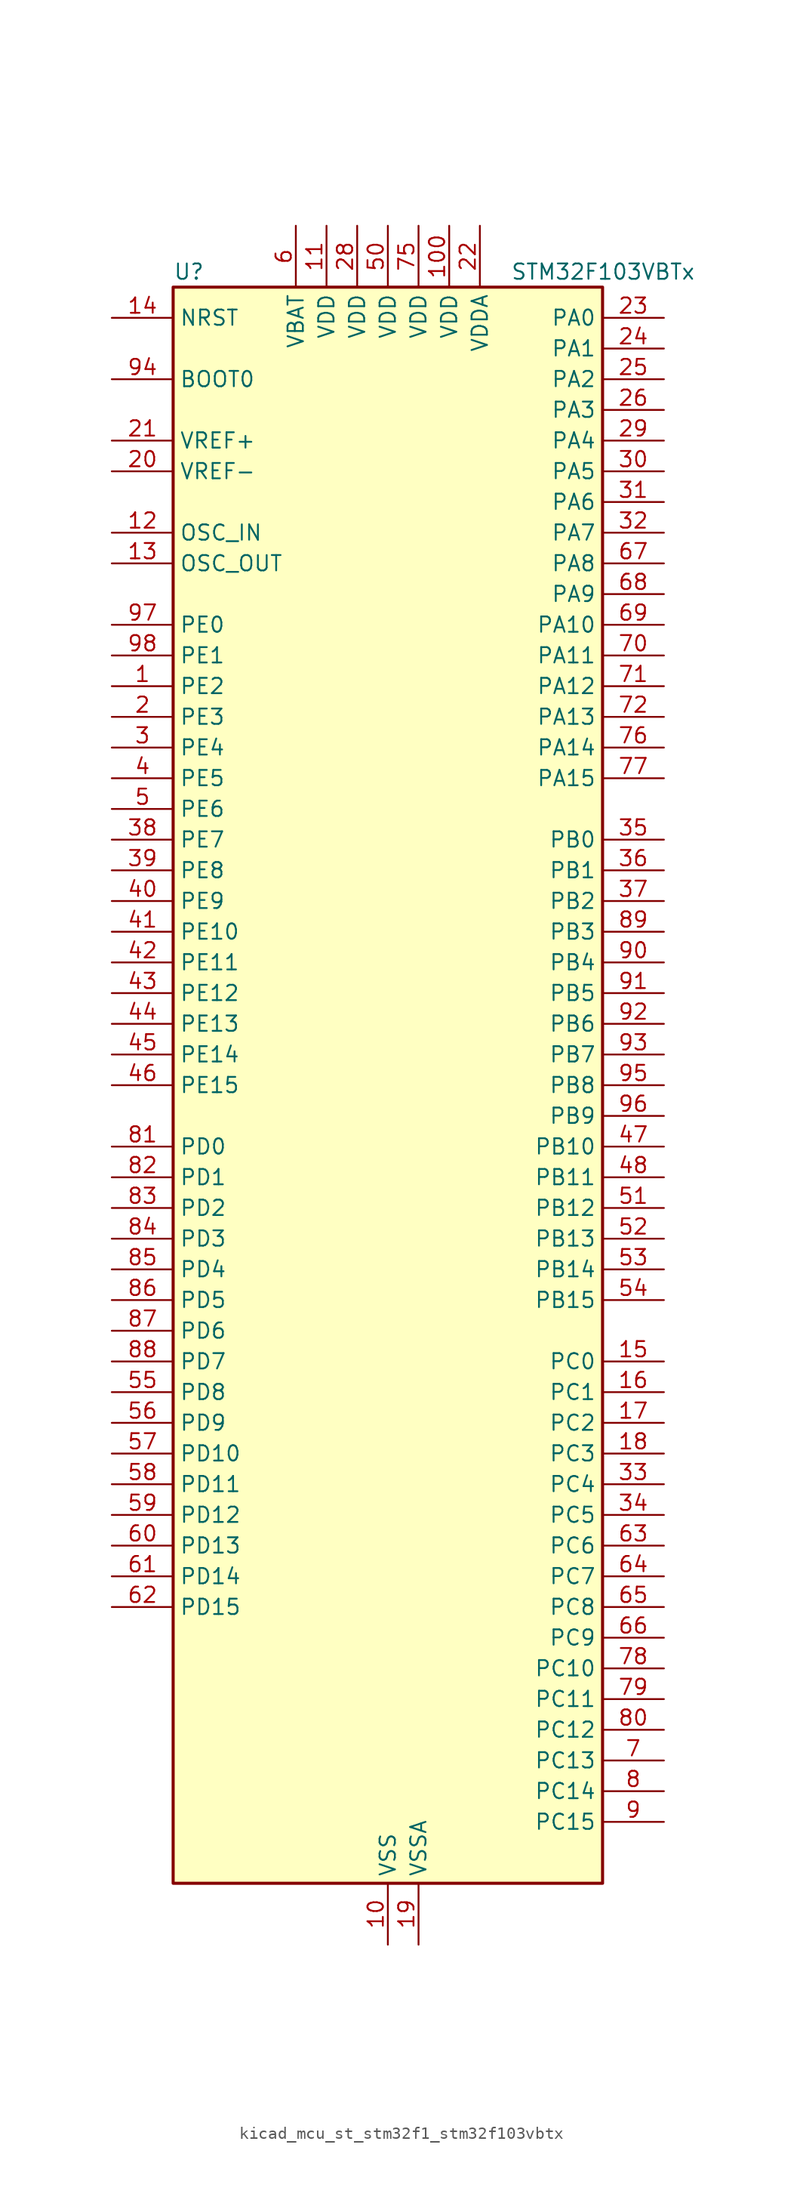
<source format=kicad_sym>
(kicad_symbol_lib
  (version 20220914)
  (generator kicad_symbol_editor)
  (symbol "kicad_mcu_st_stm32f1_stm32f103vbtx"
    (property "Reference" "U"
      (at -17.78 67.31 0)
      (effects (font (size 1.27 1.27)) (justify left)))
    (property "Value" "STM32F103VBTx"
      (at 10.16 67.31 0)
      (effects (font (size 1.27 1.27)) (justify left)))
    (property "ki_locked" ""
      (at 0 0 0)
      (effects (font (size 1.27 1.27))))
    (symbol "kicad_mcu_st_stm32f1_stm32f103vbtx_0_1"
      (rectangle (start -17.78 -66.04) (end 17.78 66.04) (stroke (width 0.254) (type default)) (fill (type background))))
    (symbol "kicad_mcu_st_stm32f1_stm32f103vbtx_1_1"
      (pin bidirectional line (at -22.86 33.02 0) (length 5.08) (name "PE2" (effects (font (size 1.27 1.27)))) (number "1" (effects (font (size 1.27 1.27)))) (alternate "SYS_TRACECLK" bidirectional line))
      (pin power_in line (at 0 -71.12 90) (length 5.08) (name "VSS" (effects (font (size 1.27 1.27)))) (number "10" (effects (font (size 1.27 1.27)))))
      (pin power_in line (at 5.08 71.12 270) (length 5.08) (name "VDD" (effects (font (size 1.27 1.27)))) (number "100" (effects (font (size 1.27 1.27)))))
      (pin power_in line (at -5.08 71.12 270) (length 5.08) (name "VDD" (effects (font (size 1.27 1.27)))) (number "11" (effects (font (size 1.27 1.27)))))
      (pin input line (at -22.86 45.72 0) (length 5.08) (name "OSC_IN" (effects (font (size 1.27 1.27)))) (number "12" (effects (font (size 1.27 1.27)))) (alternate "RCC_OSC_IN" bidirectional line))
      (pin input line (at -22.86 43.18 0) (length 5.08) (name "OSC_OUT" (effects (font (size 1.27 1.27)))) (number "13" (effects (font (size 1.27 1.27)))) (alternate "RCC_OSC_OUT" bidirectional line))
      (pin input line (at -22.86 63.5 0) (length 5.08) (name "NRST" (effects (font (size 1.27 1.27)))) (number "14" (effects (font (size 1.27 1.27)))))
      (pin bidirectional line (at 22.86 -22.86 180) (length 5.08) (name "PC0" (effects (font (size 1.27 1.27)))) (number "15" (effects (font (size 1.27 1.27)))) (alternate "ADC1_IN10" bidirectional line) (alternate "ADC2_IN10" bidirectional line))
      (pin bidirectional line (at 22.86 -25.4 180) (length 5.08) (name "PC1" (effects (font (size 1.27 1.27)))) (number "16" (effects (font (size 1.27 1.27)))) (alternate "ADC1_IN11" bidirectional line) (alternate "ADC2_IN11" bidirectional line))
      (pin bidirectional line (at 22.86 -27.94 180) (length 5.08) (name "PC2" (effects (font (size 1.27 1.27)))) (number "17" (effects (font (size 1.27 1.27)))) (alternate "ADC1_IN12" bidirectional line) (alternate "ADC2_IN12" bidirectional line))
      (pin bidirectional line (at 22.86 -30.48 180) (length 5.08) (name "PC3" (effects (font (size 1.27 1.27)))) (number "18" (effects (font (size 1.27 1.27)))) (alternate "ADC1_IN13" bidirectional line) (alternate "ADC2_IN13" bidirectional line))
      (pin power_in line (at 2.54 -71.12 90) (length 5.08) (name "VSSA" (effects (font (size 1.27 1.27)))) (number "19" (effects (font (size 1.27 1.27)))))
      (pin bidirectional line (at -22.86 30.48 0) (length 5.08) (name "PE3" (effects (font (size 1.27 1.27)))) (number "2" (effects (font (size 1.27 1.27)))) (alternate "SYS_TRACED0" bidirectional line))
      (pin input line (at -22.86 50.8 0) (length 5.08) (name "VREF-" (effects (font (size 1.27 1.27)))) (number "20" (effects (font (size 1.27 1.27)))))
      (pin input line (at -22.86 53.34 0) (length 5.08) (name "VREF+" (effects (font (size 1.27 1.27)))) (number "21" (effects (font (size 1.27 1.27)))))
      (pin power_in line (at 7.62 71.12 270) (length 5.08) (name "VDDA" (effects (font (size 1.27 1.27)))) (number "22" (effects (font (size 1.27 1.27)))))
      (pin bidirectional line (at 22.86 63.5 180) (length 5.08) (name "PA0" (effects (font (size 1.27 1.27)))) (number "23" (effects (font (size 1.27 1.27)))) (alternate "ADC1_IN0" bidirectional line) (alternate "ADC2_IN0" bidirectional line) (alternate "SYS_WKUP" bidirectional line) (alternate "TIM2_CH1" bidirectional line) (alternate "TIM2_ETR" bidirectional line) (alternate "USART2_CTS" bidirectional line))
      (pin bidirectional line (at 22.86 60.96 180) (length 5.08) (name "PA1" (effects (font (size 1.27 1.27)))) (number "24" (effects (font (size 1.27 1.27)))) (alternate "ADC1_IN1" bidirectional line) (alternate "ADC2_IN1" bidirectional line) (alternate "TIM2_CH2" bidirectional line) (alternate "USART2_RTS" bidirectional line))
      (pin bidirectional line (at 22.86 58.42 180) (length 5.08) (name "PA2" (effects (font (size 1.27 1.27)))) (number "25" (effects (font (size 1.27 1.27)))) (alternate "ADC1_IN2" bidirectional line) (alternate "ADC2_IN2" bidirectional line) (alternate "TIM2_CH3" bidirectional line) (alternate "USART2_TX" bidirectional line))
      (pin bidirectional line (at 22.86 55.88 180) (length 5.08) (name "PA3" (effects (font (size 1.27 1.27)))) (number "26" (effects (font (size 1.27 1.27)))) (alternate "ADC1_IN3" bidirectional line) (alternate "ADC2_IN3" bidirectional line) (alternate "TIM2_CH4" bidirectional line) (alternate "USART2_RX" bidirectional line))
      (pin passive line (at 0 -71.12 90) (length 5.08) hide (name "VSS" (effects (font (size 1.27 1.27)))) (number "27" (effects (font (size 1.27 1.27)))))
      (pin power_in line (at -2.54 71.12 270) (length 5.08) (name "VDD" (effects (font (size 1.27 1.27)))) (number "28" (effects (font (size 1.27 1.27)))))
      (pin bidirectional line (at 22.86 53.34 180) (length 5.08) (name "PA4" (effects (font (size 1.27 1.27)))) (number "29" (effects (font (size 1.27 1.27)))) (alternate "ADC1_IN4" bidirectional line) (alternate "ADC2_IN4" bidirectional line) (alternate "SPI1_NSS" bidirectional line) (alternate "USART2_CK" bidirectional line))
      (pin bidirectional line (at -22.86 27.94 0) (length 5.08) (name "PE4" (effects (font (size 1.27 1.27)))) (number "3" (effects (font (size 1.27 1.27)))) (alternate "SYS_TRACED1" bidirectional line))
      (pin bidirectional line (at 22.86 50.8 180) (length 5.08) (name "PA5" (effects (font (size 1.27 1.27)))) (number "30" (effects (font (size 1.27 1.27)))) (alternate "ADC1_IN5" bidirectional line) (alternate "ADC2_IN5" bidirectional line) (alternate "SPI1_SCK" bidirectional line))
      (pin bidirectional line (at 22.86 48.26 180) (length 5.08) (name "PA6" (effects (font (size 1.27 1.27)))) (number "31" (effects (font (size 1.27 1.27)))) (alternate "ADC1_IN6" bidirectional line) (alternate "ADC2_IN6" bidirectional line) (alternate "SPI1_MISO" bidirectional line) (alternate "TIM1_BKIN" bidirectional line) (alternate "TIM3_CH1" bidirectional line))
      (pin bidirectional line (at 22.86 45.72 180) (length 5.08) (name "PA7" (effects (font (size 1.27 1.27)))) (number "32" (effects (font (size 1.27 1.27)))) (alternate "ADC1_IN7" bidirectional line) (alternate "ADC2_IN7" bidirectional line) (alternate "SPI1_MOSI" bidirectional line) (alternate "TIM1_CH1N" bidirectional line) (alternate "TIM3_CH2" bidirectional line))
      (pin bidirectional line (at 22.86 -33.02 180) (length 5.08) (name "PC4" (effects (font (size 1.27 1.27)))) (number "33" (effects (font (size 1.27 1.27)))) (alternate "ADC1_IN14" bidirectional line) (alternate "ADC2_IN14" bidirectional line))
      (pin bidirectional line (at 22.86 -35.56 180) (length 5.08) (name "PC5" (effects (font (size 1.27 1.27)))) (number "34" (effects (font (size 1.27 1.27)))) (alternate "ADC1_IN15" bidirectional line) (alternate "ADC2_IN15" bidirectional line))
      (pin bidirectional line (at 22.86 20.32 180) (length 5.08) (name "PB0" (effects (font (size 1.27 1.27)))) (number "35" (effects (font (size 1.27 1.27)))) (alternate "ADC1_IN8" bidirectional line) (alternate "ADC2_IN8" bidirectional line) (alternate "TIM1_CH2N" bidirectional line) (alternate "TIM3_CH3" bidirectional line))
      (pin bidirectional line (at 22.86 17.78 180) (length 5.08) (name "PB1" (effects (font (size 1.27 1.27)))) (number "36" (effects (font (size 1.27 1.27)))) (alternate "ADC1_IN9" bidirectional line) (alternate "ADC2_IN9" bidirectional line) (alternate "TIM1_CH3N" bidirectional line) (alternate "TIM3_CH4" bidirectional line))
      (pin bidirectional line (at 22.86 15.24 180) (length 5.08) (name "PB2" (effects (font (size 1.27 1.27)))) (number "37" (effects (font (size 1.27 1.27)))))
      (pin bidirectional line (at -22.86 20.32 0) (length 5.08) (name "PE7" (effects (font (size 1.27 1.27)))) (number "38" (effects (font (size 1.27 1.27)))) (alternate "TIM1_ETR" bidirectional line))
      (pin bidirectional line (at -22.86 17.78 0) (length 5.08) (name "PE8" (effects (font (size 1.27 1.27)))) (number "39" (effects (font (size 1.27 1.27)))) (alternate "TIM1_CH1N" bidirectional line))
      (pin bidirectional line (at -22.86 25.4 0) (length 5.08) (name "PE5" (effects (font (size 1.27 1.27)))) (number "4" (effects (font (size 1.27 1.27)))) (alternate "SYS_TRACED2" bidirectional line))
      (pin bidirectional line (at -22.86 15.24 0) (length 5.08) (name "PE9" (effects (font (size 1.27 1.27)))) (number "40" (effects (font (size 1.27 1.27)))) (alternate "TIM1_CH1" bidirectional line))
      (pin bidirectional line (at -22.86 12.7 0) (length 5.08) (name "PE10" (effects (font (size 1.27 1.27)))) (number "41" (effects (font (size 1.27 1.27)))) (alternate "TIM1_CH2N" bidirectional line))
      (pin bidirectional line (at -22.86 10.16 0) (length 5.08) (name "PE11" (effects (font (size 1.27 1.27)))) (number "42" (effects (font (size 1.27 1.27)))) (alternate "ADC1_EXTI11" bidirectional line) (alternate "ADC2_EXTI11" bidirectional line) (alternate "TIM1_CH2" bidirectional line))
      (pin bidirectional line (at -22.86 7.62 0) (length 5.08) (name "PE12" (effects (font (size 1.27 1.27)))) (number "43" (effects (font (size 1.27 1.27)))) (alternate "TIM1_CH3N" bidirectional line))
      (pin bidirectional line (at -22.86 5.08 0) (length 5.08) (name "PE13" (effects (font (size 1.27 1.27)))) (number "44" (effects (font (size 1.27 1.27)))) (alternate "TIM1_CH3" bidirectional line))
      (pin bidirectional line (at -22.86 2.54 0) (length 5.08) (name "PE14" (effects (font (size 1.27 1.27)))) (number "45" (effects (font (size 1.27 1.27)))) (alternate "TIM1_CH4" bidirectional line))
      (pin bidirectional line (at -22.86 0 0) (length 5.08) (name "PE15" (effects (font (size 1.27 1.27)))) (number "46" (effects (font (size 1.27 1.27)))) (alternate "ADC1_EXTI15" bidirectional line) (alternate "ADC2_EXTI15" bidirectional line) (alternate "TIM1_BKIN" bidirectional line))
      (pin bidirectional line (at 22.86 -5.08 180) (length 5.08) (name "PB10" (effects (font (size 1.27 1.27)))) (number "47" (effects (font (size 1.27 1.27)))) (alternate "I2C2_SCL" bidirectional line) (alternate "TIM2_CH3" bidirectional line) (alternate "USART3_TX" bidirectional line))
      (pin bidirectional line (at 22.86 -7.62 180) (length 5.08) (name "PB11" (effects (font (size 1.27 1.27)))) (number "48" (effects (font (size 1.27 1.27)))) (alternate "ADC1_EXTI11" bidirectional line) (alternate "ADC2_EXTI11" bidirectional line) (alternate "I2C2_SDA" bidirectional line) (alternate "TIM2_CH4" bidirectional line) (alternate "USART3_RX" bidirectional line))
      (pin passive line (at 0 -71.12 90) (length 5.08) hide (name "VSS" (effects (font (size 1.27 1.27)))) (number "49" (effects (font (size 1.27 1.27)))))
      (pin bidirectional line (at -22.86 22.86 0) (length 5.08) (name "PE6" (effects (font (size 1.27 1.27)))) (number "5" (effects (font (size 1.27 1.27)))) (alternate "SYS_TRACED3" bidirectional line))
      (pin power_in line (at 0 71.12 270) (length 5.08) (name "VDD" (effects (font (size 1.27 1.27)))) (number "50" (effects (font (size 1.27 1.27)))))
      (pin bidirectional line (at 22.86 -10.16 180) (length 5.08) (name "PB12" (effects (font (size 1.27 1.27)))) (number "51" (effects (font (size 1.27 1.27)))) (alternate "I2C2_SMBA" bidirectional line) (alternate "SPI2_NSS" bidirectional line) (alternate "TIM1_BKIN" bidirectional line) (alternate "USART3_CK" bidirectional line))
      (pin bidirectional line (at 22.86 -12.7 180) (length 5.08) (name "PB13" (effects (font (size 1.27 1.27)))) (number "52" (effects (font (size 1.27 1.27)))) (alternate "SPI2_SCK" bidirectional line) (alternate "TIM1_CH1N" bidirectional line) (alternate "USART3_CTS" bidirectional line))
      (pin bidirectional line (at 22.86 -15.24 180) (length 5.08) (name "PB14" (effects (font (size 1.27 1.27)))) (number "53" (effects (font (size 1.27 1.27)))) (alternate "SPI2_MISO" bidirectional line) (alternate "TIM1_CH2N" bidirectional line) (alternate "USART3_RTS" bidirectional line))
      (pin bidirectional line (at 22.86 -17.78 180) (length 5.08) (name "PB15" (effects (font (size 1.27 1.27)))) (number "54" (effects (font (size 1.27 1.27)))) (alternate "ADC1_EXTI15" bidirectional line) (alternate "ADC2_EXTI15" bidirectional line) (alternate "SPI2_MOSI" bidirectional line) (alternate "TIM1_CH3N" bidirectional line))
      (pin bidirectional line (at -22.86 -25.4 0) (length 5.08) (name "PD8" (effects (font (size 1.27 1.27)))) (number "55" (effects (font (size 1.27 1.27)))) (alternate "USART3_TX" bidirectional line))
      (pin bidirectional line (at -22.86 -27.94 0) (length 5.08) (name "PD9" (effects (font (size 1.27 1.27)))) (number "56" (effects (font (size 1.27 1.27)))) (alternate "USART3_RX" bidirectional line))
      (pin bidirectional line (at -22.86 -30.48 0) (length 5.08) (name "PD10" (effects (font (size 1.27 1.27)))) (number "57" (effects (font (size 1.27 1.27)))) (alternate "USART3_CK" bidirectional line))
      (pin bidirectional line (at -22.86 -33.02 0) (length 5.08) (name "PD11" (effects (font (size 1.27 1.27)))) (number "58" (effects (font (size 1.27 1.27)))) (alternate "ADC1_EXTI11" bidirectional line) (alternate "ADC2_EXTI11" bidirectional line) (alternate "USART3_CTS" bidirectional line))
      (pin bidirectional line (at -22.86 -35.56 0) (length 5.08) (name "PD12" (effects (font (size 1.27 1.27)))) (number "59" (effects (font (size 1.27 1.27)))) (alternate "TIM4_CH1" bidirectional line) (alternate "USART3_RTS" bidirectional line))
      (pin power_in line (at -7.62 71.12 270) (length 5.08) (name "VBAT" (effects (font (size 1.27 1.27)))) (number "6" (effects (font (size 1.27 1.27)))))
      (pin bidirectional line (at -22.86 -38.1 0) (length 5.08) (name "PD13" (effects (font (size 1.27 1.27)))) (number "60" (effects (font (size 1.27 1.27)))) (alternate "TIM4_CH2" bidirectional line))
      (pin bidirectional line (at -22.86 -40.64 0) (length 5.08) (name "PD14" (effects (font (size 1.27 1.27)))) (number "61" (effects (font (size 1.27 1.27)))) (alternate "TIM4_CH3" bidirectional line))
      (pin bidirectional line (at -22.86 -43.18 0) (length 5.08) (name "PD15" (effects (font (size 1.27 1.27)))) (number "62" (effects (font (size 1.27 1.27)))) (alternate "ADC1_EXTI15" bidirectional line) (alternate "ADC2_EXTI15" bidirectional line) (alternate "TIM4_CH4" bidirectional line))
      (pin bidirectional line (at 22.86 -38.1 180) (length 5.08) (name "PC6" (effects (font (size 1.27 1.27)))) (number "63" (effects (font (size 1.27 1.27)))) (alternate "TIM3_CH1" bidirectional line))
      (pin bidirectional line (at 22.86 -40.64 180) (length 5.08) (name "PC7" (effects (font (size 1.27 1.27)))) (number "64" (effects (font (size 1.27 1.27)))) (alternate "TIM3_CH2" bidirectional line))
      (pin bidirectional line (at 22.86 -43.18 180) (length 5.08) (name "PC8" (effects (font (size 1.27 1.27)))) (number "65" (effects (font (size 1.27 1.27)))) (alternate "TIM3_CH3" bidirectional line))
      (pin bidirectional line (at 22.86 -45.72 180) (length 5.08) (name "PC9" (effects (font (size 1.27 1.27)))) (number "66" (effects (font (size 1.27 1.27)))) (alternate "TIM3_CH4" bidirectional line))
      (pin bidirectional line (at 22.86 43.18 180) (length 5.08) (name "PA8" (effects (font (size 1.27 1.27)))) (number "67" (effects (font (size 1.27 1.27)))) (alternate "RCC_MCO" bidirectional line) (alternate "TIM1_CH1" bidirectional line) (alternate "USART1_CK" bidirectional line))
      (pin bidirectional line (at 22.86 40.64 180) (length 5.08) (name "PA9" (effects (font (size 1.27 1.27)))) (number "68" (effects (font (size 1.27 1.27)))) (alternate "TIM1_CH2" bidirectional line) (alternate "USART1_TX" bidirectional line))
      (pin bidirectional line (at 22.86 38.1 180) (length 5.08) (name "PA10" (effects (font (size 1.27 1.27)))) (number "69" (effects (font (size 1.27 1.27)))) (alternate "TIM1_CH3" bidirectional line) (alternate "USART1_RX" bidirectional line))
      (pin bidirectional line (at 22.86 -55.88 180) (length 5.08) (name "PC13" (effects (font (size 1.27 1.27)))) (number "7" (effects (font (size 1.27 1.27)))) (alternate "RTC_OUT" bidirectional line) (alternate "RTC_TAMPER" bidirectional line))
      (pin bidirectional line (at 22.86 35.56 180) (length 5.08) (name "PA11" (effects (font (size 1.27 1.27)))) (number "70" (effects (font (size 1.27 1.27)))) (alternate "ADC1_EXTI11" bidirectional line) (alternate "ADC2_EXTI11" bidirectional line) (alternate "CAN_RX" bidirectional line) (alternate "TIM1_CH4" bidirectional line) (alternate "USART1_CTS" bidirectional line) (alternate "USB_DM" bidirectional line))
      (pin bidirectional line (at 22.86 33.02 180) (length 5.08) (name "PA12" (effects (font (size 1.27 1.27)))) (number "71" (effects (font (size 1.27 1.27)))) (alternate "CAN_TX" bidirectional line) (alternate "TIM1_ETR" bidirectional line) (alternate "USART1_RTS" bidirectional line) (alternate "USB_DP" bidirectional line))
      (pin bidirectional line (at 22.86 30.48 180) (length 5.08) (name "PA13" (effects (font (size 1.27 1.27)))) (number "72" (effects (font (size 1.27 1.27)))) (alternate "SYS_JTMS-SWDIO" bidirectional line))
      (pin no_connect line (at -17.78 -66.04 0) (length 5.08) hide (name "NC" (effects (font (size 1.27 1.27)))) (number "73" (effects (font (size 1.27 1.27)))))
      (pin passive line (at 0 -71.12 90) (length 5.08) hide (name "VSS" (effects (font (size 1.27 1.27)))) (number "74" (effects (font (size 1.27 1.27)))))
      (pin power_in line (at 2.54 71.12 270) (length 5.08) (name "VDD" (effects (font (size 1.27 1.27)))) (number "75" (effects (font (size 1.27 1.27)))))
      (pin bidirectional line (at 22.86 27.94 180) (length 5.08) (name "PA14" (effects (font (size 1.27 1.27)))) (number "76" (effects (font (size 1.27 1.27)))) (alternate "SYS_JTCK-SWCLK" bidirectional line))
      (pin bidirectional line (at 22.86 25.4 180) (length 5.08) (name "PA15" (effects (font (size 1.27 1.27)))) (number "77" (effects (font (size 1.27 1.27)))) (alternate "ADC1_EXTI15" bidirectional line) (alternate "ADC2_EXTI15" bidirectional line) (alternate "SPI1_NSS" bidirectional line) (alternate "SYS_JTDI" bidirectional line) (alternate "TIM2_CH1" bidirectional line) (alternate "TIM2_ETR" bidirectional line))
      (pin bidirectional line (at 22.86 -48.26 180) (length 5.08) (name "PC10" (effects (font (size 1.27 1.27)))) (number "78" (effects (font (size 1.27 1.27)))) (alternate "USART3_TX" bidirectional line))
      (pin bidirectional line (at 22.86 -50.8 180) (length 5.08) (name "PC11" (effects (font (size 1.27 1.27)))) (number "79" (effects (font (size 1.27 1.27)))) (alternate "ADC1_EXTI11" bidirectional line) (alternate "ADC2_EXTI11" bidirectional line) (alternate "USART3_RX" bidirectional line))
      (pin bidirectional line (at 22.86 -58.42 180) (length 5.08) (name "PC14" (effects (font (size 1.27 1.27)))) (number "8" (effects (font (size 1.27 1.27)))) (alternate "RCC_OSC32_IN" bidirectional line))
      (pin bidirectional line (at 22.86 -53.34 180) (length 5.08) (name "PC12" (effects (font (size 1.27 1.27)))) (number "80" (effects (font (size 1.27 1.27)))) (alternate "USART3_CK" bidirectional line))
      (pin bidirectional line (at -22.86 -5.08 0) (length 5.08) (name "PD0" (effects (font (size 1.27 1.27)))) (number "81" (effects (font (size 1.27 1.27)))) (alternate "CAN_RX" bidirectional line))
      (pin bidirectional line (at -22.86 -7.62 0) (length 5.08) (name "PD1" (effects (font (size 1.27 1.27)))) (number "82" (effects (font (size 1.27 1.27)))) (alternate "CAN_TX" bidirectional line))
      (pin bidirectional line (at -22.86 -10.16 0) (length 5.08) (name "PD2" (effects (font (size 1.27 1.27)))) (number "83" (effects (font (size 1.27 1.27)))) (alternate "TIM3_ETR" bidirectional line))
      (pin bidirectional line (at -22.86 -12.7 0) (length 5.08) (name "PD3" (effects (font (size 1.27 1.27)))) (number "84" (effects (font (size 1.27 1.27)))) (alternate "USART2_CTS" bidirectional line))
      (pin bidirectional line (at -22.86 -15.24 0) (length 5.08) (name "PD4" (effects (font (size 1.27 1.27)))) (number "85" (effects (font (size 1.27 1.27)))) (alternate "USART2_RTS" bidirectional line))
      (pin bidirectional line (at -22.86 -17.78 0) (length 5.08) (name "PD5" (effects (font (size 1.27 1.27)))) (number "86" (effects (font (size 1.27 1.27)))) (alternate "USART2_TX" bidirectional line))
      (pin bidirectional line (at -22.86 -20.32 0) (length 5.08) (name "PD6" (effects (font (size 1.27 1.27)))) (number "87" (effects (font (size 1.27 1.27)))) (alternate "USART2_RX" bidirectional line))
      (pin bidirectional line (at -22.86 -22.86 0) (length 5.08) (name "PD7" (effects (font (size 1.27 1.27)))) (number "88" (effects (font (size 1.27 1.27)))) (alternate "USART2_CK" bidirectional line))
      (pin bidirectional line (at 22.86 12.7 180) (length 5.08) (name "PB3" (effects (font (size 1.27 1.27)))) (number "89" (effects (font (size 1.27 1.27)))) (alternate "SPI1_SCK" bidirectional line) (alternate "SYS_JTDO-TRACESWO" bidirectional line) (alternate "TIM2_CH2" bidirectional line))
      (pin bidirectional line (at 22.86 -60.96 180) (length 5.08) (name "PC15" (effects (font (size 1.27 1.27)))) (number "9" (effects (font (size 1.27 1.27)))) (alternate "ADC1_EXTI15" bidirectional line) (alternate "ADC2_EXTI15" bidirectional line) (alternate "RCC_OSC32_OUT" bidirectional line))
      (pin bidirectional line (at 22.86 10.16 180) (length 5.08) (name "PB4" (effects (font (size 1.27 1.27)))) (number "90" (effects (font (size 1.27 1.27)))) (alternate "SPI1_MISO" bidirectional line) (alternate "SYS_NJTRST" bidirectional line) (alternate "TIM3_CH1" bidirectional line))
      (pin bidirectional line (at 22.86 7.62 180) (length 5.08) (name "PB5" (effects (font (size 1.27 1.27)))) (number "91" (effects (font (size 1.27 1.27)))) (alternate "I2C1_SMBA" bidirectional line) (alternate "SPI1_MOSI" bidirectional line) (alternate "TIM3_CH2" bidirectional line))
      (pin bidirectional line (at 22.86 5.08 180) (length 5.08) (name "PB6" (effects (font (size 1.27 1.27)))) (number "92" (effects (font (size 1.27 1.27)))) (alternate "I2C1_SCL" bidirectional line) (alternate "TIM4_CH1" bidirectional line) (alternate "USART1_TX" bidirectional line))
      (pin bidirectional line (at 22.86 2.54 180) (length 5.08) (name "PB7" (effects (font (size 1.27 1.27)))) (number "93" (effects (font (size 1.27 1.27)))) (alternate "I2C1_SDA" bidirectional line) (alternate "TIM4_CH2" bidirectional line) (alternate "USART1_RX" bidirectional line))
      (pin input line (at -22.86 58.42 0) (length 5.08) (name "BOOT0" (effects (font (size 1.27 1.27)))) (number "94" (effects (font (size 1.27 1.27)))))
      (pin bidirectional line (at 22.86 0 180) (length 5.08) (name "PB8" (effects (font (size 1.27 1.27)))) (number "95" (effects (font (size 1.27 1.27)))) (alternate "CAN_RX" bidirectional line) (alternate "I2C1_SCL" bidirectional line) (alternate "TIM4_CH3" bidirectional line))
      (pin bidirectional line (at 22.86 -2.54 180) (length 5.08) (name "PB9" (effects (font (size 1.27 1.27)))) (number "96" (effects (font (size 1.27 1.27)))) (alternate "CAN_TX" bidirectional line) (alternate "I2C1_SDA" bidirectional line) (alternate "TIM4_CH4" bidirectional line))
      (pin bidirectional line (at -22.86 38.1 0) (length 5.08) (name "PE0" (effects (font (size 1.27 1.27)))) (number "97" (effects (font (size 1.27 1.27)))) (alternate "TIM4_ETR" bidirectional line))
      (pin bidirectional line (at -22.86 35.56 0) (length 5.08) (name "PE1" (effects (font (size 1.27 1.27)))) (number "98" (effects (font (size 1.27 1.27)))))
      (pin passive line (at 0 -71.12 90) (length 5.08) hide (name "VSS" (effects (font (size 1.27 1.27)))) (number "99" (effects (font (size 1.27 1.27))))))))
</source>
